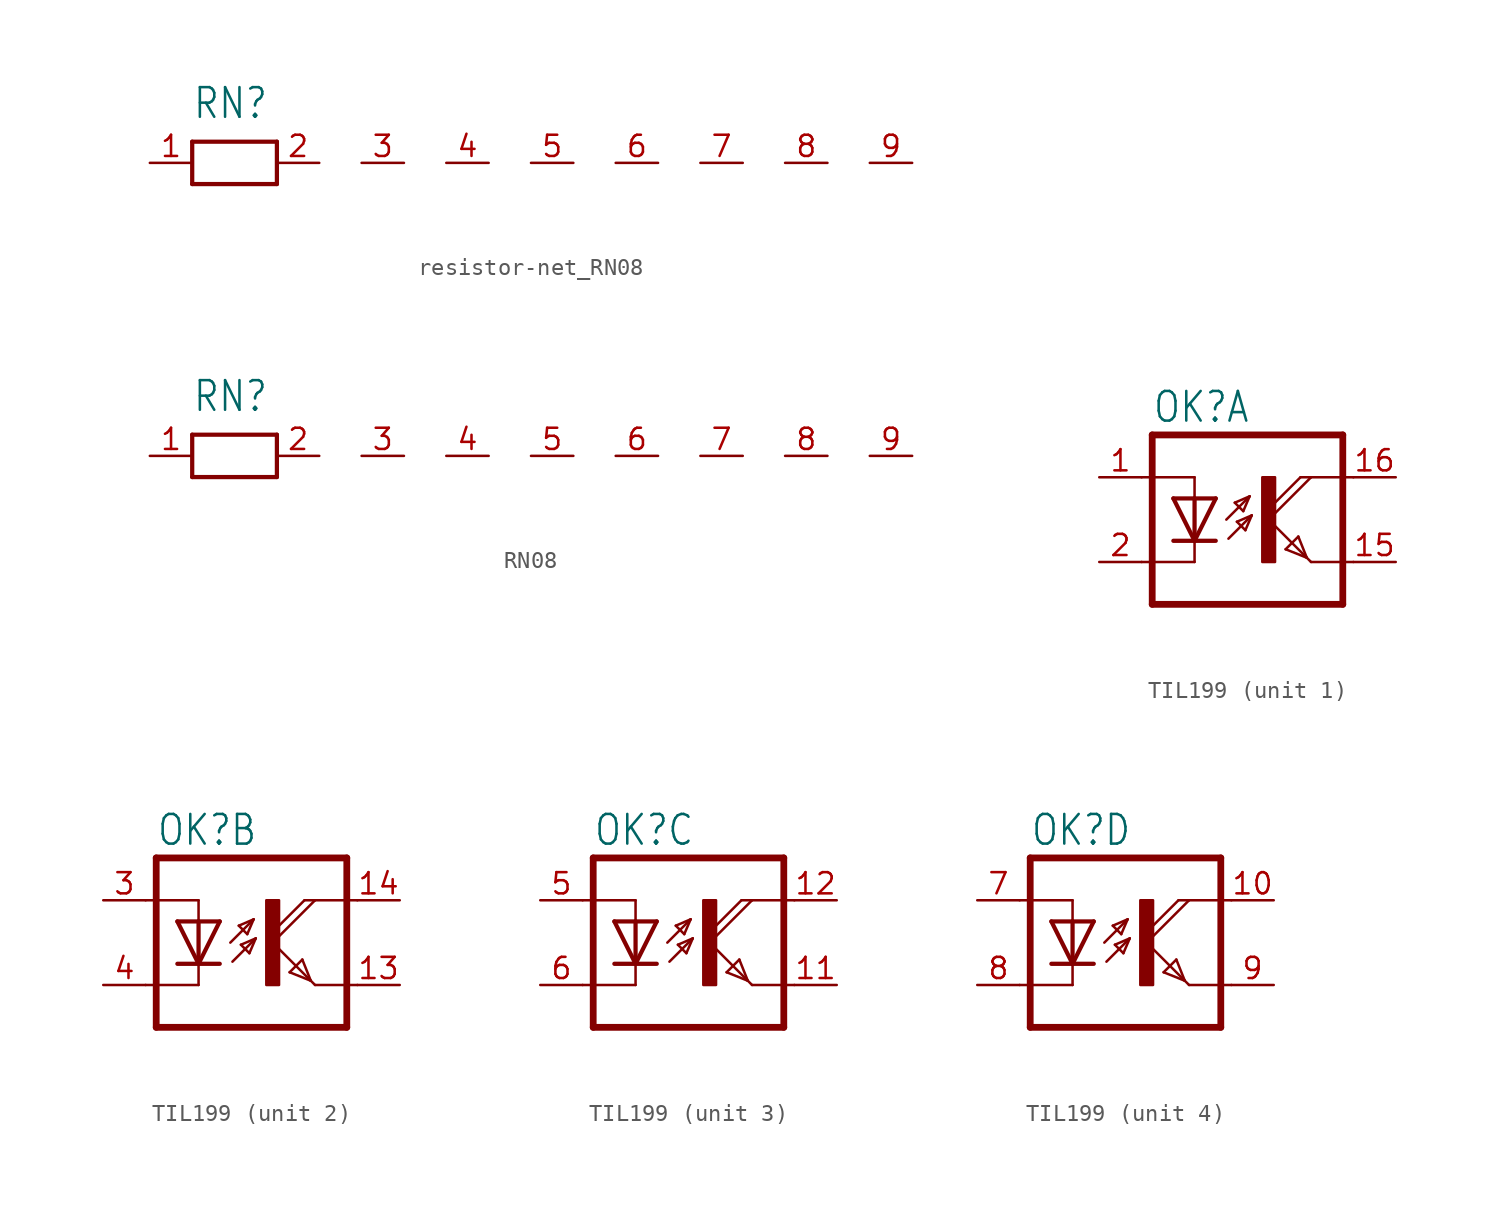
<source format=kicad_sym>
(kicad_symbol_lib
  (version 20231120)
  (generator "kicad_symbol_editor")
  (generator_version "8.0")
  (symbol "resistor-net_RN08"
    (property "Reference" "RN"
      (at -2.54 2.54 0)
      (effects (font (size 1.778 1.511)) (justify left bottom)))
    (property "Value" ""
      (at -2.54 -4.318 0)
      (effects (font (size 1.778 1.511)) (justify left bottom)))
    (property "ki_locked" ""
      (at 0 0 0)
      (effects (font (size 1.27 1.27))))
    (symbol "resistor-net_RN08_1_0"
      (polyline (pts (xy -2.54 -1.27) (xy 2.54 -1.27)) (stroke (width 0.254) (type solid)) (fill (type none)))
      (polyline (pts (xy -2.54 1.27) (xy -2.54 -1.27)) (stroke (width 0.254) (type solid)) (fill (type none)))
      (polyline (pts (xy 2.54 -1.27) (xy 2.54 1.27)) (stroke (width 0.254) (type solid)) (fill (type none)))
      (polyline (pts (xy 2.54 1.27) (xy -2.54 1.27)) (stroke (width 0.254) (type solid)) (fill (type none)))
      (pin passive line (at -5.08 0 0) (length 2.54) (name "1" (effects (font (size 0 0)))) (number "1" (effects (font (size 1.27 1.27)))))
      (pin passive line (at 5.08 0 180) (length 2.54) (name "2" (effects (font (size 0 0)))) (number "2" (effects (font (size 1.27 1.27)))))
      (pin passive line (at 10.16 0 180) (length 2.54) (name "3" (effects (font (size 0 0)))) (number "3" (effects (font (size 1.27 1.27)))))
      (pin passive line (at 15.24 0 180) (length 2.54) (name "4" (effects (font (size 0 0)))) (number "4" (effects (font (size 1.27 1.27)))))
      (pin passive line (at 20.32 0 180) (length 2.54) (name "5" (effects (font (size 0 0)))) (number "5" (effects (font (size 1.27 1.27)))))
      (pin passive line (at 25.4 0 180) (length 2.54) (name "6" (effects (font (size 0 0)))) (number "6" (effects (font (size 1.27 1.27)))))
      (pin passive line (at 30.48 0 180) (length 2.54) (name "7" (effects (font (size 0 0)))) (number "7" (effects (font (size 1.27 1.27)))))
      (pin passive line (at 35.56 0 180) (length 2.54) (name "8" (effects (font (size 0 0)))) (number "8" (effects (font (size 1.27 1.27)))))
      (pin passive line (at 40.64 0 180) (length 2.54) (name "9" (effects (font (size 0 0)))) (number "9" (effects (font (size 1.27 1.27)))))))
  (symbol "RN08"
    (property "Reference" "RN"
      (at -2.54 2.54 0)
      (effects (font (size 1.778 1.511)) (justify left bottom)))
    (property "Value" ""
      (at -2.54 -4.318 0)
      (effects (font (size 1.778 1.511)) (justify left bottom)))
    (property "ki_locked" ""
      (at 0 0 0)
      (effects (font (size 1.27 1.27))))
    (symbol "RN08_1_0"
      (polyline (pts (xy -2.54 -1.27) (xy 2.54 -1.27)) (stroke (width 0.254) (type solid)) (fill (type none)))
      (polyline (pts (xy -2.54 1.27) (xy -2.54 -1.27)) (stroke (width 0.254) (type solid)) (fill (type none)))
      (polyline (pts (xy 2.54 -1.27) (xy 2.54 1.27)) (stroke (width 0.254) (type solid)) (fill (type none)))
      (polyline (pts (xy 2.54 1.27) (xy -2.54 1.27)) (stroke (width 0.254) (type solid)) (fill (type none)))
      (pin passive line (at -5.08 0 0) (length 2.54) (name "1" (effects (font (size 0 0)))) (number "1" (effects (font (size 1.27 1.27)))))
      (pin passive line (at 5.08 0 180) (length 2.54) (name "2" (effects (font (size 0 0)))) (number "2" (effects (font (size 1.27 1.27)))))
      (pin passive line (at 10.16 0 180) (length 2.54) (name "3" (effects (font (size 0 0)))) (number "3" (effects (font (size 1.27 1.27)))))
      (pin passive line (at 15.24 0 180) (length 2.54) (name "4" (effects (font (size 0 0)))) (number "4" (effects (font (size 1.27 1.27)))))
      (pin passive line (at 20.32 0 180) (length 2.54) (name "5" (effects (font (size 0 0)))) (number "5" (effects (font (size 1.27 1.27)))))
      (pin passive line (at 25.4 0 180) (length 2.54) (name "6" (effects (font (size 0 0)))) (number "6" (effects (font (size 1.27 1.27)))))
      (pin passive line (at 30.48 0 180) (length 2.54) (name "7" (effects (font (size 0 0)))) (number "7" (effects (font (size 1.27 1.27)))))
      (pin passive line (at 35.56 0 180) (length 2.54) (name "8" (effects (font (size 0 0)))) (number "8" (effects (font (size 1.27 1.27)))))
      (pin passive line (at 40.64 0 180) (length 2.54) (name "9" (effects (font (size 0 0)))) (number "9" (effects (font (size 1.27 1.27)))))))
  (symbol "TIL199"
    (property "Reference" "OK"
      (at -6.985 5.715 0)
      (effects (font (size 1.778 1.511)) (justify left bottom)))
    (property "Value" ""
      (at -6.985 -7.62 0)
      (effects (font (size 1.778 1.511)) (justify left bottom)))
    (property "ki_locked" ""
      (at 0 0 0)
      (effects (font (size 1.27 1.27))))
    (symbol "TIL199_1_0"
      (rectangle (start -0.381 -2.54) (end 0.381 2.54) (stroke (width 0) (type default)) (fill (type outline)))
      (polyline (pts (xy -6.985 -5.08) (xy 4.445 -5.08)) (stroke (width 0.406) (type solid)) (fill (type none)))
      (polyline (pts (xy -6.985 5.08) (xy -6.985 -5.08)) (stroke (width 0.406) (type solid)) (fill (type none)))
      (polyline (pts (xy -6.985 5.08) (xy 4.445 5.08)) (stroke (width 0.406) (type solid)) (fill (type none)))
      (polyline (pts (xy -4.445 -2.54) (xy -7.62 -2.54)) (stroke (width 0.152) (type solid)) (fill (type none)))
      (polyline (pts (xy -4.445 -1.27) (xy -5.715 -1.27)) (stroke (width 0.254) (type solid)) (fill (type none)))
      (polyline (pts (xy -4.445 -1.27) (xy -5.715 1.27)) (stroke (width 0.254) (type solid)) (fill (type none)))
      (polyline (pts (xy -4.445 -1.27) (xy -4.445 -2.54)) (stroke (width 0.152) (type solid)) (fill (type none)))
      (polyline (pts (xy -4.445 1.27) (xy -5.715 1.27)) (stroke (width 0.254) (type solid)) (fill (type none)))
      (polyline (pts (xy -4.445 1.27) (xy -4.445 -1.27)) (stroke (width 0.254) (type solid)) (fill (type none)))
      (polyline (pts (xy -4.445 1.27) (xy -4.445 2.54)) (stroke (width 0.152) (type solid)) (fill (type none)))
      (polyline (pts (xy -4.445 2.54) (xy -7.62 2.54)) (stroke (width 0.152) (type solid)) (fill (type none)))
      (polyline (pts (xy -3.175 -1.27) (xy -4.445 -1.27)) (stroke (width 0.254) (type solid)) (fill (type none)))
      (polyline (pts (xy -3.175 1.27) (xy -4.445 -1.27)) (stroke (width 0.254) (type solid)) (fill (type none)))
      (polyline (pts (xy -3.175 1.27) (xy -4.445 1.27)) (stroke (width 0.254) (type solid)) (fill (type none)))
      (polyline (pts (xy -2.54 0) (xy -1.143 1.397)) (stroke (width 0.152) (type solid)) (fill (type none)))
      (polyline (pts (xy -2.413 -1.143) (xy -1.016 0.254)) (stroke (width 0.152) (type solid)) (fill (type none)))
      (polyline (pts (xy -2.032 1.016) (xy -1.524 0.508)) (stroke (width 0.152) (type solid)) (fill (type none)))
      (polyline (pts (xy -1.905 -0.127) (xy -1.397 -0.635)) (stroke (width 0.152) (type solid)) (fill (type none)))
      (polyline (pts (xy -1.524 0.508) (xy -1.143 1.397)) (stroke (width 0.152) (type solid)) (fill (type none)))
      (polyline (pts (xy -1.397 -0.635) (xy -1.016 0.254)) (stroke (width 0.152) (type solid)) (fill (type none)))
      (polyline (pts (xy -1.143 1.397) (xy -2.032 1.016)) (stroke (width 0.152) (type solid)) (fill (type none)))
      (polyline (pts (xy -1.016 0.254) (xy -1.905 -0.127)) (stroke (width 0.152) (type solid)) (fill (type none)))
      (polyline (pts (xy 0 0) (xy 2.286 -2.286)) (stroke (width 0.152) (type solid)) (fill (type none)))
      (polyline (pts (xy 1.016 -1.778) (xy 1.778 -1.016)) (stroke (width 0.152) (type solid)) (fill (type none)))
      (polyline (pts (xy 1.778 -1.016) (xy 2.286 -2.286)) (stroke (width 0.152) (type solid)) (fill (type none)))
      (polyline (pts (xy 1.905 2.54) (xy 0 0.635)) (stroke (width 0.152) (type solid)) (fill (type none)))
      (polyline (pts (xy 1.905 2.54) (xy 2.54 2.54)) (stroke (width 0.152) (type solid)) (fill (type none)))
      (polyline (pts (xy 2.286 -2.286) (xy 1.016 -1.778)) (stroke (width 0.152) (type solid)) (fill (type none)))
      (polyline (pts (xy 2.286 -2.286) (xy 2.54 -2.54)) (stroke (width 0.152) (type solid)) (fill (type none)))
      (polyline (pts (xy 2.54 -2.54) (xy 5.08 -2.54)) (stroke (width 0.152) (type solid)) (fill (type none)))
      (polyline (pts (xy 2.54 2.54) (xy 0 0)) (stroke (width 0.152) (type solid)) (fill (type none)))
      (polyline (pts (xy 2.54 2.54) (xy 5.08 2.54)) (stroke (width 0.152) (type solid)) (fill (type none)))
      (polyline (pts (xy 4.445 5.08) (xy 4.445 -5.08)) (stroke (width 0.406) (type solid)) (fill (type none)))
      (pin passive line (at -10.16 2.54 0) (length 2.54) (name "A" (effects (font (size 0 0)))) (number "1" (effects (font (size 1.27 1.27)))))
      (pin passive line (at 7.62 -2.54 180) (length 2.54) (name "EMI" (effects (font (size 0 0)))) (number "15" (effects (font (size 1.27 1.27)))))
      (pin passive line (at 7.62 2.54 180) (length 2.54) (name "COL" (effects (font (size 0 0)))) (number "16" (effects (font (size 1.27 1.27)))))
      (pin passive line (at -10.16 -2.54 0) (length 2.54) (name "C" (effects (font (size 0 0)))) (number "2" (effects (font (size 1.27 1.27))))))
    (symbol "TIL199_2_0"
      (rectangle (start -0.381 -2.54) (end 0.381 2.54) (stroke (width 0) (type default)) (fill (type outline)))
      (polyline (pts (xy -6.985 -5.08) (xy 4.445 -5.08)) (stroke (width 0.406) (type solid)) (fill (type none)))
      (polyline (pts (xy -6.985 5.08) (xy -6.985 -5.08)) (stroke (width 0.406) (type solid)) (fill (type none)))
      (polyline (pts (xy -6.985 5.08) (xy 4.445 5.08)) (stroke (width 0.406) (type solid)) (fill (type none)))
      (polyline (pts (xy -4.445 -2.54) (xy -7.62 -2.54)) (stroke (width 0.152) (type solid)) (fill (type none)))
      (polyline (pts (xy -4.445 -1.27) (xy -5.715 -1.27)) (stroke (width 0.254) (type solid)) (fill (type none)))
      (polyline (pts (xy -4.445 -1.27) (xy -5.715 1.27)) (stroke (width 0.254) (type solid)) (fill (type none)))
      (polyline (pts (xy -4.445 -1.27) (xy -4.445 -2.54)) (stroke (width 0.152) (type solid)) (fill (type none)))
      (polyline (pts (xy -4.445 1.27) (xy -5.715 1.27)) (stroke (width 0.254) (type solid)) (fill (type none)))
      (polyline (pts (xy -4.445 1.27) (xy -4.445 -1.27)) (stroke (width 0.254) (type solid)) (fill (type none)))
      (polyline (pts (xy -4.445 1.27) (xy -4.445 2.54)) (stroke (width 0.152) (type solid)) (fill (type none)))
      (polyline (pts (xy -4.445 2.54) (xy -7.62 2.54)) (stroke (width 0.152) (type solid)) (fill (type none)))
      (polyline (pts (xy -3.175 -1.27) (xy -4.445 -1.27)) (stroke (width 0.254) (type solid)) (fill (type none)))
      (polyline (pts (xy -3.175 1.27) (xy -4.445 -1.27)) (stroke (width 0.254) (type solid)) (fill (type none)))
      (polyline (pts (xy -3.175 1.27) (xy -4.445 1.27)) (stroke (width 0.254) (type solid)) (fill (type none)))
      (polyline (pts (xy -2.54 0) (xy -1.143 1.397)) (stroke (width 0.152) (type solid)) (fill (type none)))
      (polyline (pts (xy -2.413 -1.143) (xy -1.016 0.254)) (stroke (width 0.152) (type solid)) (fill (type none)))
      (polyline (pts (xy -2.032 1.016) (xy -1.524 0.508)) (stroke (width 0.152) (type solid)) (fill (type none)))
      (polyline (pts (xy -1.905 -0.127) (xy -1.397 -0.635)) (stroke (width 0.152) (type solid)) (fill (type none)))
      (polyline (pts (xy -1.524 0.508) (xy -1.143 1.397)) (stroke (width 0.152) (type solid)) (fill (type none)))
      (polyline (pts (xy -1.397 -0.635) (xy -1.016 0.254)) (stroke (width 0.152) (type solid)) (fill (type none)))
      (polyline (pts (xy -1.143 1.397) (xy -2.032 1.016)) (stroke (width 0.152) (type solid)) (fill (type none)))
      (polyline (pts (xy -1.016 0.254) (xy -1.905 -0.127)) (stroke (width 0.152) (type solid)) (fill (type none)))
      (polyline (pts (xy 0 0) (xy 2.286 -2.286)) (stroke (width 0.152) (type solid)) (fill (type none)))
      (polyline (pts (xy 1.016 -1.778) (xy 1.778 -1.016)) (stroke (width 0.152) (type solid)) (fill (type none)))
      (polyline (pts (xy 1.778 -1.016) (xy 2.286 -2.286)) (stroke (width 0.152) (type solid)) (fill (type none)))
      (polyline (pts (xy 1.905 2.54) (xy 0 0.635)) (stroke (width 0.152) (type solid)) (fill (type none)))
      (polyline (pts (xy 1.905 2.54) (xy 2.54 2.54)) (stroke (width 0.152) (type solid)) (fill (type none)))
      (polyline (pts (xy 2.286 -2.286) (xy 1.016 -1.778)) (stroke (width 0.152) (type solid)) (fill (type none)))
      (polyline (pts (xy 2.286 -2.286) (xy 2.54 -2.54)) (stroke (width 0.152) (type solid)) (fill (type none)))
      (polyline (pts (xy 2.54 -2.54) (xy 5.08 -2.54)) (stroke (width 0.152) (type solid)) (fill (type none)))
      (polyline (pts (xy 2.54 2.54) (xy 0 0)) (stroke (width 0.152) (type solid)) (fill (type none)))
      (polyline (pts (xy 2.54 2.54) (xy 5.08 2.54)) (stroke (width 0.152) (type solid)) (fill (type none)))
      (polyline (pts (xy 4.445 5.08) (xy 4.445 -5.08)) (stroke (width 0.406) (type solid)) (fill (type none)))
      (pin passive line (at 7.62 -2.54 180) (length 2.54) (name "EMI" (effects (font (size 0 0)))) (number "13" (effects (font (size 1.27 1.27)))))
      (pin passive line (at 7.62 2.54 180) (length 2.54) (name "COL" (effects (font (size 0 0)))) (number "14" (effects (font (size 1.27 1.27)))))
      (pin passive line (at -10.16 2.54 0) (length 2.54) (name "A" (effects (font (size 0 0)))) (number "3" (effects (font (size 1.27 1.27)))))
      (pin passive line (at -10.16 -2.54 0) (length 2.54) (name "C" (effects (font (size 0 0)))) (number "4" (effects (font (size 1.27 1.27))))))
    (symbol "TIL199_3_0"
      (rectangle (start -0.381 -2.54) (end 0.381 2.54) (stroke (width 0) (type default)) (fill (type outline)))
      (polyline (pts (xy -6.985 -5.08) (xy 4.445 -5.08)) (stroke (width 0.406) (type solid)) (fill (type none)))
      (polyline (pts (xy -6.985 5.08) (xy -6.985 -5.08)) (stroke (width 0.406) (type solid)) (fill (type none)))
      (polyline (pts (xy -6.985 5.08) (xy 4.445 5.08)) (stroke (width 0.406) (type solid)) (fill (type none)))
      (polyline (pts (xy -4.445 -2.54) (xy -7.62 -2.54)) (stroke (width 0.152) (type solid)) (fill (type none)))
      (polyline (pts (xy -4.445 -1.27) (xy -5.715 -1.27)) (stroke (width 0.254) (type solid)) (fill (type none)))
      (polyline (pts (xy -4.445 -1.27) (xy -5.715 1.27)) (stroke (width 0.254) (type solid)) (fill (type none)))
      (polyline (pts (xy -4.445 -1.27) (xy -4.445 -2.54)) (stroke (width 0.152) (type solid)) (fill (type none)))
      (polyline (pts (xy -4.445 1.27) (xy -5.715 1.27)) (stroke (width 0.254) (type solid)) (fill (type none)))
      (polyline (pts (xy -4.445 1.27) (xy -4.445 -1.27)) (stroke (width 0.254) (type solid)) (fill (type none)))
      (polyline (pts (xy -4.445 1.27) (xy -4.445 2.54)) (stroke (width 0.152) (type solid)) (fill (type none)))
      (polyline (pts (xy -4.445 2.54) (xy -7.62 2.54)) (stroke (width 0.152) (type solid)) (fill (type none)))
      (polyline (pts (xy -3.175 -1.27) (xy -4.445 -1.27)) (stroke (width 0.254) (type solid)) (fill (type none)))
      (polyline (pts (xy -3.175 1.27) (xy -4.445 -1.27)) (stroke (width 0.254) (type solid)) (fill (type none)))
      (polyline (pts (xy -3.175 1.27) (xy -4.445 1.27)) (stroke (width 0.254) (type solid)) (fill (type none)))
      (polyline (pts (xy -2.54 0) (xy -1.143 1.397)) (stroke (width 0.152) (type solid)) (fill (type none)))
      (polyline (pts (xy -2.413 -1.143) (xy -1.016 0.254)) (stroke (width 0.152) (type solid)) (fill (type none)))
      (polyline (pts (xy -2.032 1.016) (xy -1.524 0.508)) (stroke (width 0.152) (type solid)) (fill (type none)))
      (polyline (pts (xy -1.905 -0.127) (xy -1.397 -0.635)) (stroke (width 0.152) (type solid)) (fill (type none)))
      (polyline (pts (xy -1.524 0.508) (xy -1.143 1.397)) (stroke (width 0.152) (type solid)) (fill (type none)))
      (polyline (pts (xy -1.397 -0.635) (xy -1.016 0.254)) (stroke (width 0.152) (type solid)) (fill (type none)))
      (polyline (pts (xy -1.143 1.397) (xy -2.032 1.016)) (stroke (width 0.152) (type solid)) (fill (type none)))
      (polyline (pts (xy -1.016 0.254) (xy -1.905 -0.127)) (stroke (width 0.152) (type solid)) (fill (type none)))
      (polyline (pts (xy 0 0) (xy 2.286 -2.286)) (stroke (width 0.152) (type solid)) (fill (type none)))
      (polyline (pts (xy 1.016 -1.778) (xy 1.778 -1.016)) (stroke (width 0.152) (type solid)) (fill (type none)))
      (polyline (pts (xy 1.778 -1.016) (xy 2.286 -2.286)) (stroke (width 0.152) (type solid)) (fill (type none)))
      (polyline (pts (xy 1.905 2.54) (xy 0 0.635)) (stroke (width 0.152) (type solid)) (fill (type none)))
      (polyline (pts (xy 1.905 2.54) (xy 2.54 2.54)) (stroke (width 0.152) (type solid)) (fill (type none)))
      (polyline (pts (xy 2.286 -2.286) (xy 1.016 -1.778)) (stroke (width 0.152) (type solid)) (fill (type none)))
      (polyline (pts (xy 2.286 -2.286) (xy 2.54 -2.54)) (stroke (width 0.152) (type solid)) (fill (type none)))
      (polyline (pts (xy 2.54 -2.54) (xy 5.08 -2.54)) (stroke (width 0.152) (type solid)) (fill (type none)))
      (polyline (pts (xy 2.54 2.54) (xy 0 0)) (stroke (width 0.152) (type solid)) (fill (type none)))
      (polyline (pts (xy 2.54 2.54) (xy 5.08 2.54)) (stroke (width 0.152) (type solid)) (fill (type none)))
      (polyline (pts (xy 4.445 5.08) (xy 4.445 -5.08)) (stroke (width 0.406) (type solid)) (fill (type none)))
      (pin passive line (at 7.62 -2.54 180) (length 2.54) (name "EMI" (effects (font (size 0 0)))) (number "11" (effects (font (size 1.27 1.27)))))
      (pin passive line (at 7.62 2.54 180) (length 2.54) (name "COL" (effects (font (size 0 0)))) (number "12" (effects (font (size 1.27 1.27)))))
      (pin passive line (at -10.16 2.54 0) (length 2.54) (name "A" (effects (font (size 0 0)))) (number "5" (effects (font (size 1.27 1.27)))))
      (pin passive line (at -10.16 -2.54 0) (length 2.54) (name "C" (effects (font (size 0 0)))) (number "6" (effects (font (size 1.27 1.27))))))
    (symbol "TIL199_4_0"
      (rectangle (start -0.381 -2.54) (end 0.381 2.54) (stroke (width 0) (type default)) (fill (type outline)))
      (polyline (pts (xy -6.985 -5.08) (xy 4.445 -5.08)) (stroke (width 0.406) (type solid)) (fill (type none)))
      (polyline (pts (xy -6.985 5.08) (xy -6.985 -5.08)) (stroke (width 0.406) (type solid)) (fill (type none)))
      (polyline (pts (xy -6.985 5.08) (xy 4.445 5.08)) (stroke (width 0.406) (type solid)) (fill (type none)))
      (polyline (pts (xy -4.445 -2.54) (xy -7.62 -2.54)) (stroke (width 0.152) (type solid)) (fill (type none)))
      (polyline (pts (xy -4.445 -1.27) (xy -5.715 -1.27)) (stroke (width 0.254) (type solid)) (fill (type none)))
      (polyline (pts (xy -4.445 -1.27) (xy -5.715 1.27)) (stroke (width 0.254) (type solid)) (fill (type none)))
      (polyline (pts (xy -4.445 -1.27) (xy -4.445 -2.54)) (stroke (width 0.152) (type solid)) (fill (type none)))
      (polyline (pts (xy -4.445 1.27) (xy -5.715 1.27)) (stroke (width 0.254) (type solid)) (fill (type none)))
      (polyline (pts (xy -4.445 1.27) (xy -4.445 -1.27)) (stroke (width 0.254) (type solid)) (fill (type none)))
      (polyline (pts (xy -4.445 1.27) (xy -4.445 2.54)) (stroke (width 0.152) (type solid)) (fill (type none)))
      (polyline (pts (xy -4.445 2.54) (xy -7.62 2.54)) (stroke (width 0.152) (type solid)) (fill (type none)))
      (polyline (pts (xy -3.175 -1.27) (xy -4.445 -1.27)) (stroke (width 0.254) (type solid)) (fill (type none)))
      (polyline (pts (xy -3.175 1.27) (xy -4.445 -1.27)) (stroke (width 0.254) (type solid)) (fill (type none)))
      (polyline (pts (xy -3.175 1.27) (xy -4.445 1.27)) (stroke (width 0.254) (type solid)) (fill (type none)))
      (polyline (pts (xy -2.54 0) (xy -1.143 1.397)) (stroke (width 0.152) (type solid)) (fill (type none)))
      (polyline (pts (xy -2.413 -1.143) (xy -1.016 0.254)) (stroke (width 0.152) (type solid)) (fill (type none)))
      (polyline (pts (xy -2.032 1.016) (xy -1.524 0.508)) (stroke (width 0.152) (type solid)) (fill (type none)))
      (polyline (pts (xy -1.905 -0.127) (xy -1.397 -0.635)) (stroke (width 0.152) (type solid)) (fill (type none)))
      (polyline (pts (xy -1.524 0.508) (xy -1.143 1.397)) (stroke (width 0.152) (type solid)) (fill (type none)))
      (polyline (pts (xy -1.397 -0.635) (xy -1.016 0.254)) (stroke (width 0.152) (type solid)) (fill (type none)))
      (polyline (pts (xy -1.143 1.397) (xy -2.032 1.016)) (stroke (width 0.152) (type solid)) (fill (type none)))
      (polyline (pts (xy -1.016 0.254) (xy -1.905 -0.127)) (stroke (width 0.152) (type solid)) (fill (type none)))
      (polyline (pts (xy 0 0) (xy 2.286 -2.286)) (stroke (width 0.152) (type solid)) (fill (type none)))
      (polyline (pts (xy 1.016 -1.778) (xy 1.778 -1.016)) (stroke (width 0.152) (type solid)) (fill (type none)))
      (polyline (pts (xy 1.778 -1.016) (xy 2.286 -2.286)) (stroke (width 0.152) (type solid)) (fill (type none)))
      (polyline (pts (xy 1.905 2.54) (xy 0 0.635)) (stroke (width 0.152) (type solid)) (fill (type none)))
      (polyline (pts (xy 1.905 2.54) (xy 2.54 2.54)) (stroke (width 0.152) (type solid)) (fill (type none)))
      (polyline (pts (xy 2.286 -2.286) (xy 1.016 -1.778)) (stroke (width 0.152) (type solid)) (fill (type none)))
      (polyline (pts (xy 2.286 -2.286) (xy 2.54 -2.54)) (stroke (width 0.152) (type solid)) (fill (type none)))
      (polyline (pts (xy 2.54 -2.54) (xy 5.08 -2.54)) (stroke (width 0.152) (type solid)) (fill (type none)))
      (polyline (pts (xy 2.54 2.54) (xy 0 0)) (stroke (width 0.152) (type solid)) (fill (type none)))
      (polyline (pts (xy 2.54 2.54) (xy 5.08 2.54)) (stroke (width 0.152) (type solid)) (fill (type none)))
      (polyline (pts (xy 4.445 5.08) (xy 4.445 -5.08)) (stroke (width 0.406) (type solid)) (fill (type none)))
      (pin passive line (at 7.62 2.54 180) (length 2.54) (name "COL" (effects (font (size 0 0)))) (number "10" (effects (font (size 1.27 1.27)))))
      (pin passive line (at -10.16 2.54 0) (length 2.54) (name "A" (effects (font (size 0 0)))) (number "7" (effects (font (size 1.27 1.27)))))
      (pin passive line (at -10.16 -2.54 0) (length 2.54) (name "C" (effects (font (size 0 0)))) (number "8" (effects (font (size 1.27 1.27)))))
      (pin passive line (at 7.62 -2.54 180) (length 2.54) (name "EMI" (effects (font (size 0 0)))) (number "9" (effects (font (size 1.27 1.27))))))))
</source>
